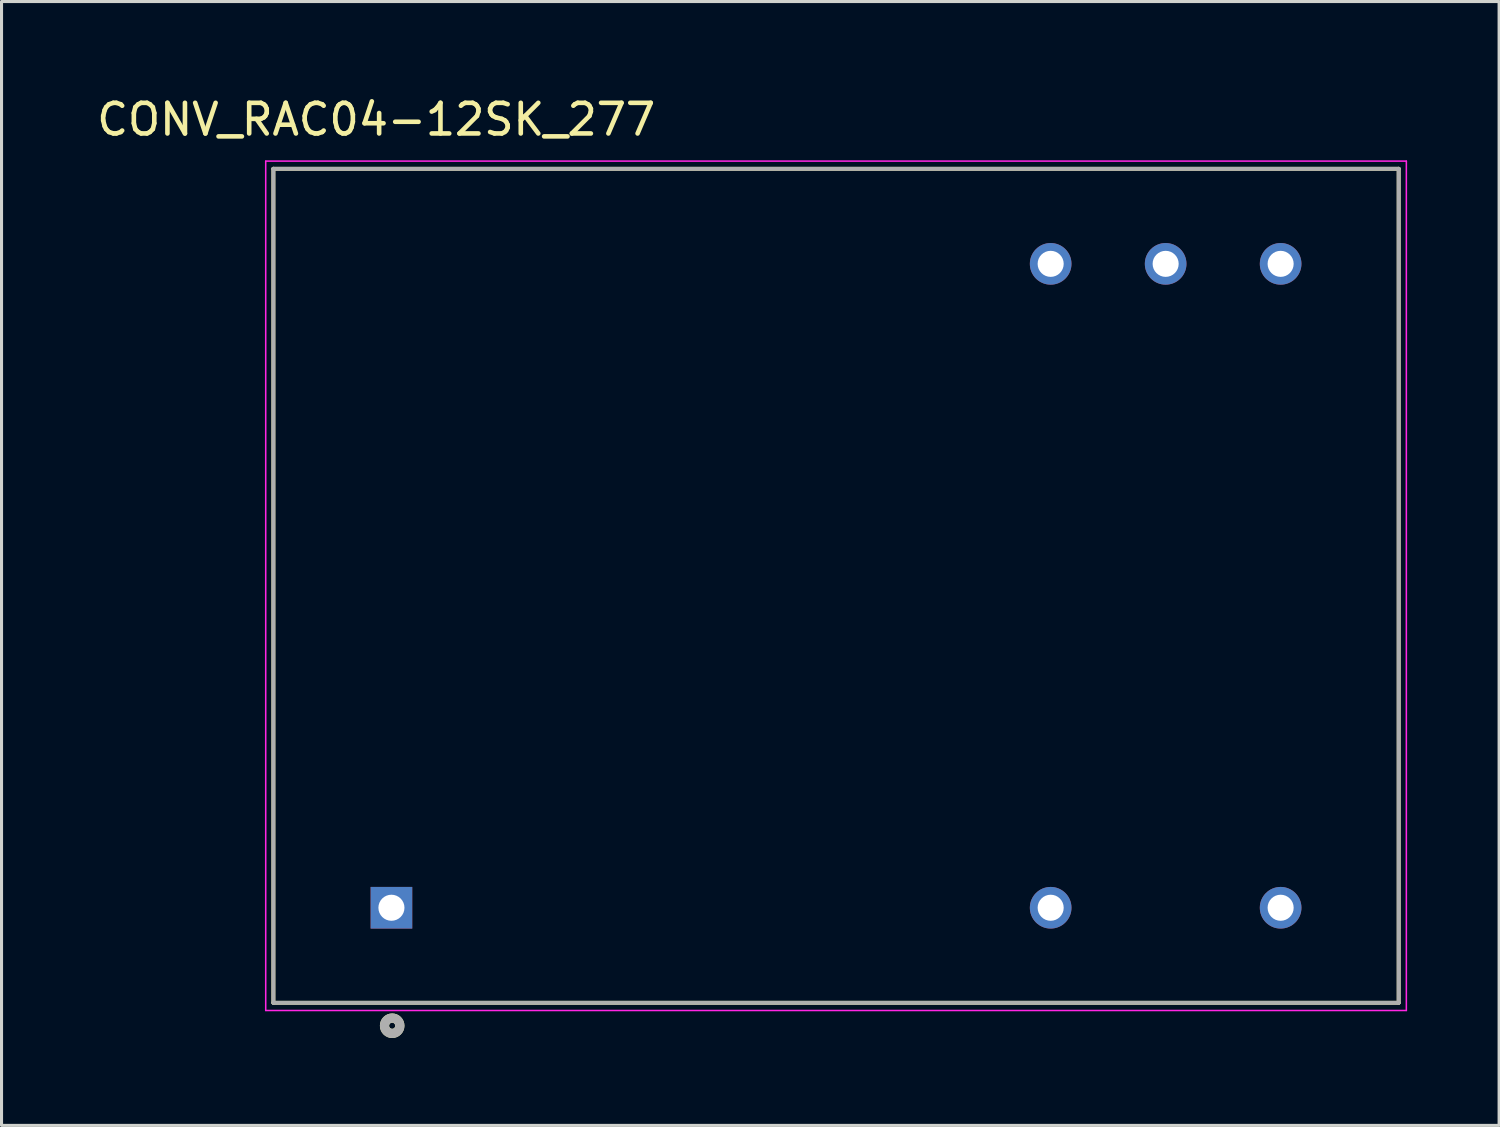
<source format=kicad_pcb>
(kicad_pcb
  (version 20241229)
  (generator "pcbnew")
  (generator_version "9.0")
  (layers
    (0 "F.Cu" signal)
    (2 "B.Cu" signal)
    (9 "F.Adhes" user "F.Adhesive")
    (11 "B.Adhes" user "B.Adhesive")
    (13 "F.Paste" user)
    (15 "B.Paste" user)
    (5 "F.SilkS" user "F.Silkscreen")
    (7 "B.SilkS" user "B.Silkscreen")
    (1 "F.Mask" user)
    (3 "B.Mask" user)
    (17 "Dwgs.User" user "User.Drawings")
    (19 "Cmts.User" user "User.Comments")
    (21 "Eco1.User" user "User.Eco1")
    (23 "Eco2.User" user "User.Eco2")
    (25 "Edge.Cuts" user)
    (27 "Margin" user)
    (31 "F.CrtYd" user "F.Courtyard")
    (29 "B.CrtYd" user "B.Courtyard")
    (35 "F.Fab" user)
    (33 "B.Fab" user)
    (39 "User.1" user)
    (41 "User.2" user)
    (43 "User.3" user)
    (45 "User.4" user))
  (footprint "CONV_RAC04-12SK_277"
    (layer "F.Cu")
    (at 24.216 16.055)
    (property "Reference" "CONV_RAC04-12SK_277" (at -14.996 -15.207 0) (layer "F.SilkS") (effects (font (size 1 1) (thickness 0.15))))
    (attr through_hole)
    (fp_line (start -18.35 -13.6) (end -18.35 13.6) (stroke (width 0.127) (type solid)) (layer "F.SilkS"))
    (fp_line (start -18.35 13.6) (end 18.35 13.6) (stroke (width 0.127) (type solid)) (layer "F.SilkS"))
    (fp_line (start 18.35 -13.6) (end -18.35 -13.6) (stroke (width 0.127) (type solid)) (layer "F.SilkS"))
    (fp_line (start 18.35 13.6) (end 18.35 -13.6) (stroke (width 0.127) (type solid)) (layer "F.SilkS"))
    (fp_circle (center -14.476 14.348) (end -14.376 14.348) (stroke (width 0.3) (type solid)) (fill no) (layer "F.SilkS"))
    (fp_line (start -18.6 -13.85) (end -18.6 13.85) (stroke (width 0.05) (type solid)) (layer "F.CrtYd"))
    (fp_line (start -18.6 13.85) (end 18.6 13.85) (stroke (width 0.05) (type solid)) (layer "F.CrtYd"))
    (fp_line (start 18.6 -13.85) (end -18.6 -13.85) (stroke (width 0.05) (type solid)) (layer "F.CrtYd"))
    (fp_line (start 18.6 13.85) (end 18.6 -13.85) (stroke (width 0.05) (type solid)) (layer "F.CrtYd"))
    (fp_line (start -18.35 -13.6) (end -18.35 13.6) (stroke (width 0.127) (type solid)) (layer "F.Fab"))
    (fp_line (start -18.35 13.6) (end 18.35 13.6) (stroke (width 0.127) (type solid)) (layer "F.Fab"))
    (fp_line (start 18.35 -13.6) (end -18.35 -13.6) (stroke (width 0.127) (type solid)) (layer "F.Fab"))
    (fp_line (start 18.35 13.6) (end 18.35 -13.6) (stroke (width 0.127) (type solid)) (layer "F.Fab"))
    (fp_circle (center -14.476 14.348) (end -14.376 14.348) (stroke (width 0.3) (type solid)) (fill no) (layer "F.Fab"))
    (pad "1" thru_hole rect (at -14.5 10.5) (size 1.358 1.358) (drill 0.85) (layers "*.Cu" "*.Mask"))
    (pad "2" thru_hole circle (at 7 10.5) (size 1.358 1.358) (drill 0.85) (layers "*.Cu" "*.Mask"))
    (pad "3" thru_hole circle (at 14.5 10.5) (size 1.358 1.358) (drill 0.85) (layers "*.Cu" "*.Mask"))
    (pad "4" thru_hole circle (at 14.5 -10.5) (size 1.358 1.358) (drill 0.85) (layers "*.Cu" "*.Mask"))
    (pad "5" thru_hole circle (at 10.75 -10.5) (size 1.358 1.358) (drill 0.85) (layers "*.Cu" "*.Mask"))
    (pad "6" thru_hole circle (at 7 -10.5) (size 1.358 1.358) (drill 0.85) (layers "*.Cu" "*.Mask")))
  (gr_rect
    (start -3 -3)
    (end 45.841 33.653)
    (stroke (width 0.1) (type default))
    (fill no)
    (layer "Edge.Cuts")))
</source>
